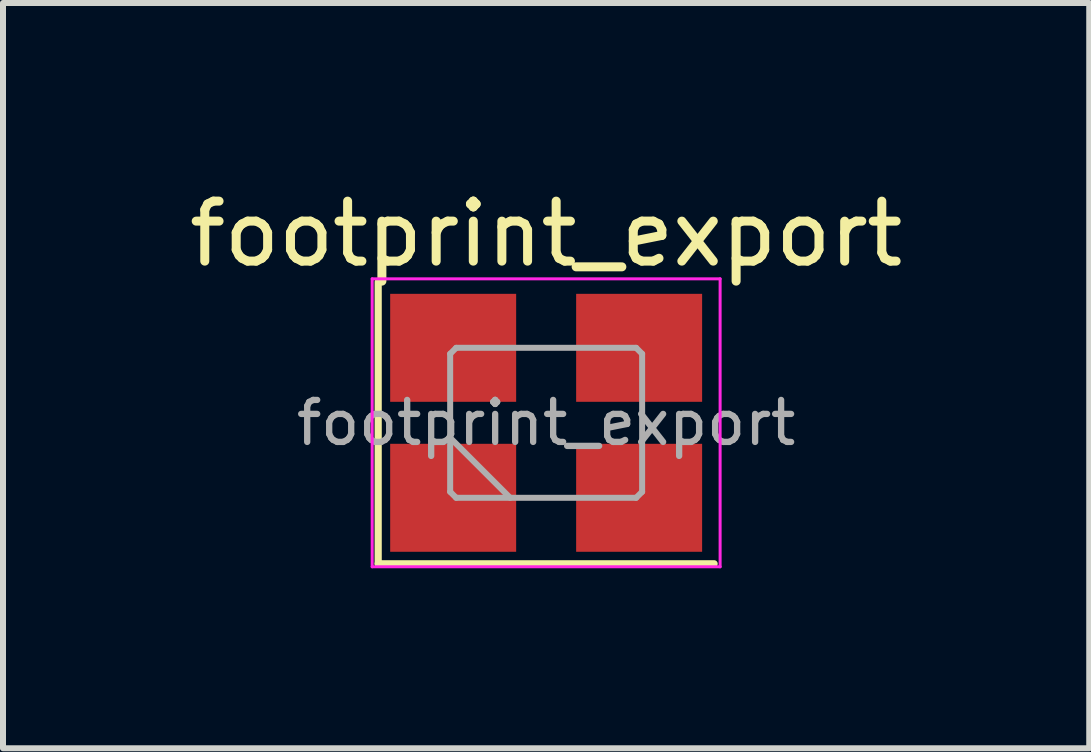
<source format=kicad_pcb>
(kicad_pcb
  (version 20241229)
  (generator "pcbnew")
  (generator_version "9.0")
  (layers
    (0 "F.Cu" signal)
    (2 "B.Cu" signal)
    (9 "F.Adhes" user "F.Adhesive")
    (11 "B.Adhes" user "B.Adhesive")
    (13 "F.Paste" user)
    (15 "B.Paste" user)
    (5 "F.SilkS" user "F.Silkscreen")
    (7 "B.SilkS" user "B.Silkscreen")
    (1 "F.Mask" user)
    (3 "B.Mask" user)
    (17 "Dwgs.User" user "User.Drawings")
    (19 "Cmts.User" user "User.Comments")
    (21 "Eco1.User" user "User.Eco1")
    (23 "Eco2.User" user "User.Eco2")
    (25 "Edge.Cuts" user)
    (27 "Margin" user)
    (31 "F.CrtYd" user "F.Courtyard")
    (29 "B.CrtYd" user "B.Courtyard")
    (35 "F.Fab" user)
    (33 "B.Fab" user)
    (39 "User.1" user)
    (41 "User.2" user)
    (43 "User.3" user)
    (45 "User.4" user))
  (footprint "footprint_export"
    (layer "F.Cu")
    (at 6.054 3.998)
    (property "Reference" "footprint_export" (at 0 -3.15 0) (layer "F.SilkS") (effects (font (size 1 1) (thickness 0.15))))
    (attr smd)
    (fp_line (start -2.8 -2.35) (end -2.8 2.35) (stroke (width 0.12) (type solid)) (layer "F.SilkS"))
    (fp_line (start -2.8 2.35) (end 2.8 2.35) (stroke (width 0.12) (type solid)) (layer "F.SilkS"))
    (fp_line (start -2.9 -2.4) (end -2.9 2.4) (stroke (width 0.05) (type solid)) (layer "F.CrtYd"))
    (fp_line (start -2.9 2.4) (end 2.9 2.4) (stroke (width 0.05) (type solid)) (layer "F.CrtYd"))
    (fp_line (start 2.9 -2.4) (end -2.9 -2.4) (stroke (width 0.05) (type solid)) (layer "F.CrtYd"))
    (fp_line (start 2.9 2.4) (end 2.9 -2.4) (stroke (width 0.05) (type solid)) (layer "F.CrtYd"))
    (fp_line (start -1.6 -1.15) (end -1.5 -1.25) (stroke (width 0.1) (type solid)) (layer "F.Fab"))
    (fp_line (start -1.6 0.25) (end -0.6 1.25) (stroke (width 0.1) (type solid)) (layer "F.Fab"))
    (fp_line (start -1.6 1.15) (end -1.6 -1.15) (stroke (width 0.1) (type solid)) (layer "F.Fab"))
    (fp_line (start -1.5 -1.25) (end 1.5 -1.25) (stroke (width 0.1) (type solid)) (layer "F.Fab"))
    (fp_line (start -1.5 1.25) (end -1.6 1.15) (stroke (width 0.1) (type solid)) (layer "F.Fab"))
    (fp_line (start 1.5 -1.25) (end 1.6 -1.15) (stroke (width 0.1) (type solid)) (layer "F.Fab"))
    (fp_line (start 1.5 1.25) (end -1.5 1.25) (stroke (width 0.1) (type solid)) (layer "F.Fab"))
    (fp_line (start 1.6 -1.15) (end 1.6 1.15) (stroke (width 0.1) (type solid)) (layer "F.Fab"))
    (fp_line (start 1.6 1.15) (end 1.5 1.25) (stroke (width 0.1) (type solid)) (layer "F.Fab"))
    (fp_text user "${REFERENCE}" (at 0 0 0) (layer "F.Fab") (effects (font (size 0.7 0.7) (thickness 0.105))))
    (pad "1" smd rect (at -1.55 1.25) (size 2.1 1.8) (layers "F.Cu" "F.Mask" "F.Paste"))
    (pad "2" smd rect (at 1.55 1.25) (size 2.1 1.8) (layers "F.Cu" "F.Mask" "F.Paste"))
    (pad "3" smd rect (at 1.55 -1.25) (size 2.1 1.8) (layers "F.Cu" "F.Mask" "F.Paste"))
    (pad "4" smd rect (at -1.55 -1.25) (size 2.1 1.8) (layers "F.Cu" "F.Mask" "F.Paste")))
  (gr_rect
    (start -3 -3)
    (end 15.107 9.423)
    (stroke (width 0.1) (type default))
    (fill no)
    (layer "Edge.Cuts")))
</source>
